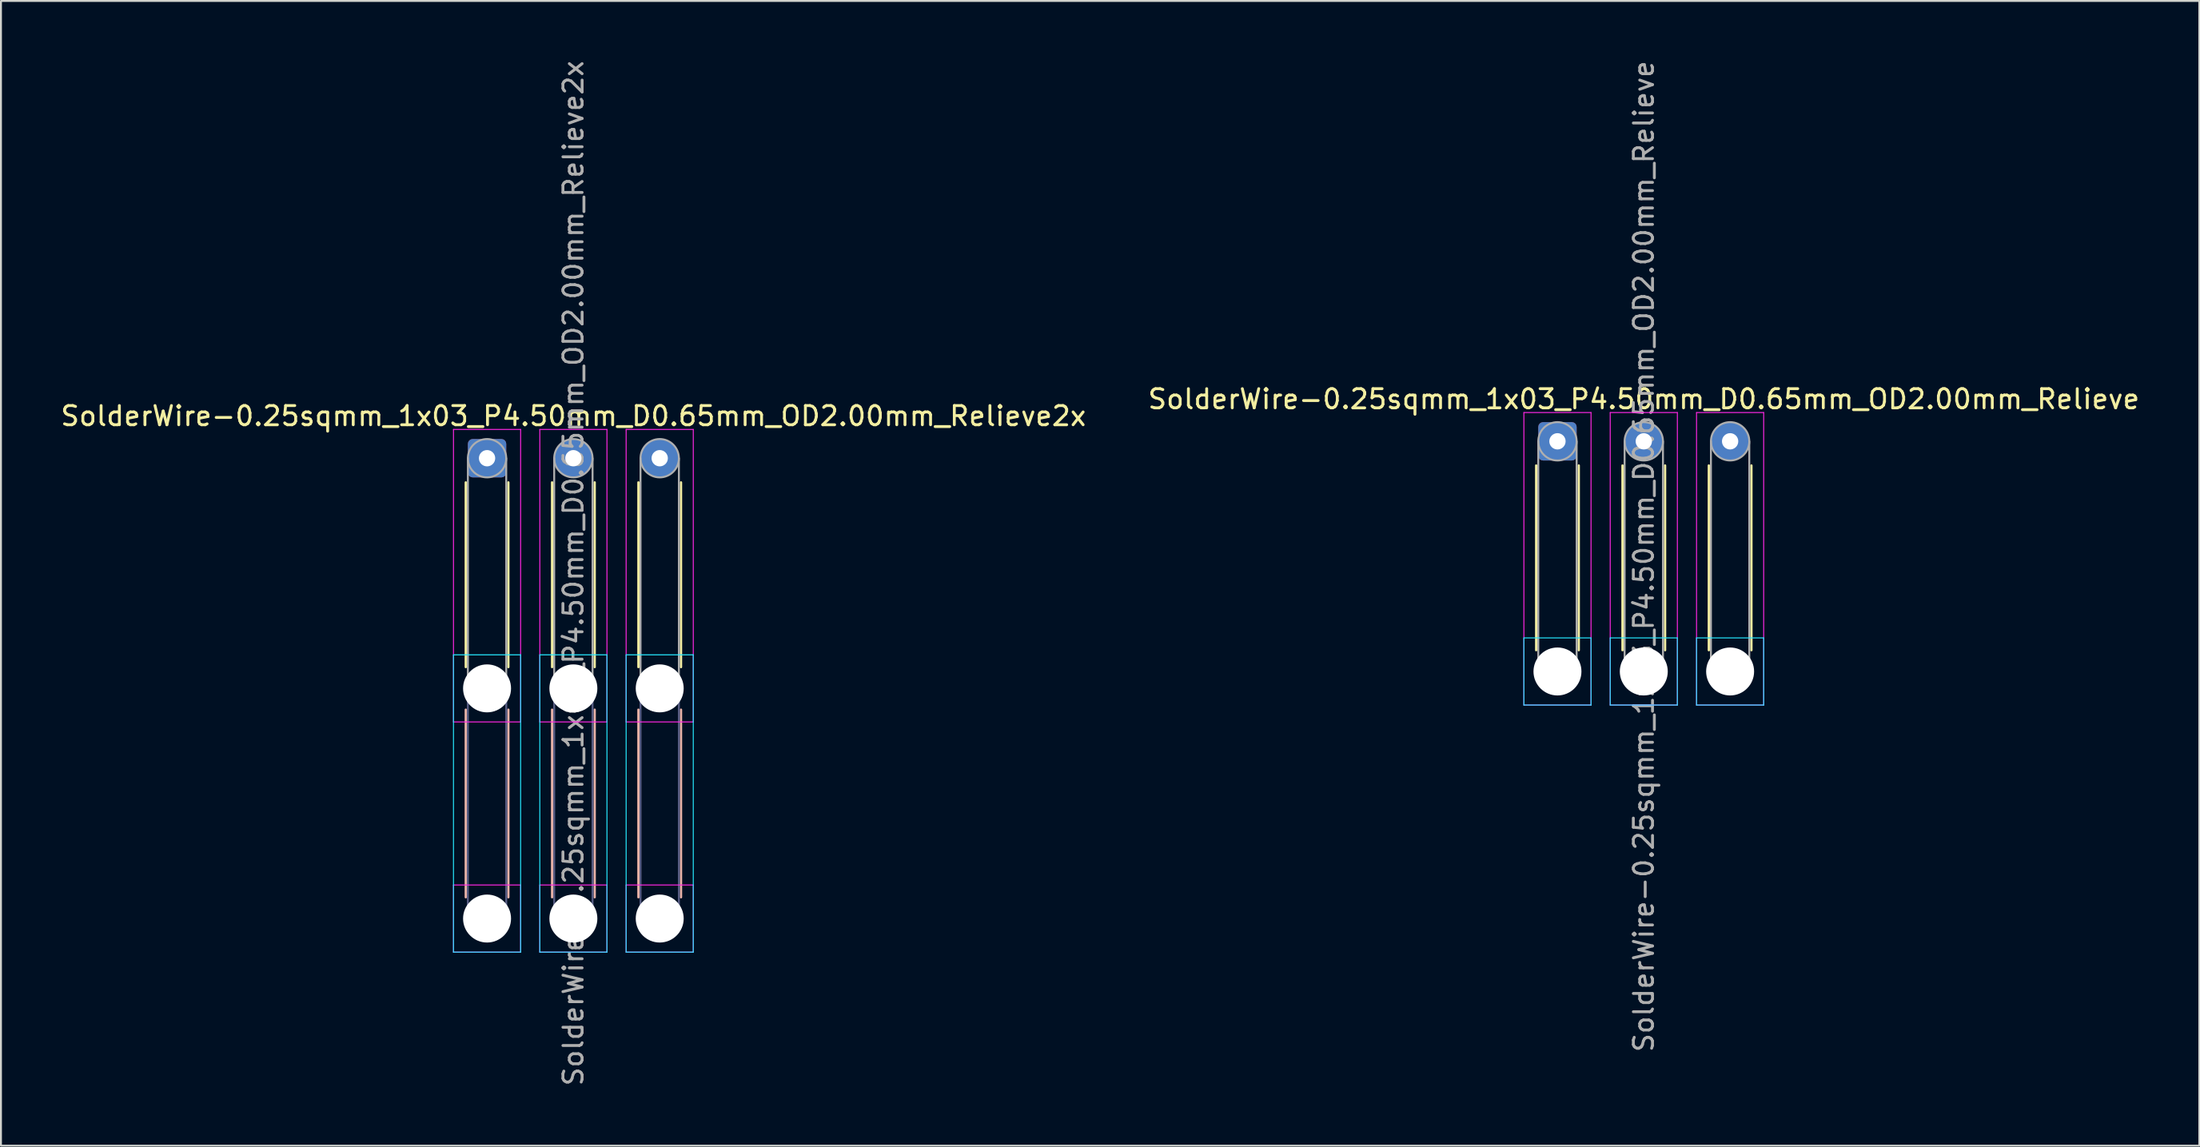
<source format=kicad_pcb>
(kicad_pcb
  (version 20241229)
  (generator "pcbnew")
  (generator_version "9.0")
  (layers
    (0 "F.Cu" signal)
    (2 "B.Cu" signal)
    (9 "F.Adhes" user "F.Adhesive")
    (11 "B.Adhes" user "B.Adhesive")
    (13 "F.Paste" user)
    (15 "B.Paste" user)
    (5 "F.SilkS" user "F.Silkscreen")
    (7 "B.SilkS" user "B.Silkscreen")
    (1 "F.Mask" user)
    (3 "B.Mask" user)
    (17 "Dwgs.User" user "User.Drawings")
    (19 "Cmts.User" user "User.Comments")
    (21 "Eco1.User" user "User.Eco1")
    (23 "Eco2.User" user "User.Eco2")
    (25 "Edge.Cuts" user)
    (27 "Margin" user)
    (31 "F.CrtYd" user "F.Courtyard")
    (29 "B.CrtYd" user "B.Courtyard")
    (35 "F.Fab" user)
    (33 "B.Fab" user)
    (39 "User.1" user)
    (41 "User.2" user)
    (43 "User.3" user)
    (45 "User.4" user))
  (footprint "SolderWire-0.25sqmm_1x03_P4.50mm_D0.65mm_OD2.00mm_Relieve2x"
    (layer "F.Cu")
    (at 22.339 20.839)
    (property "Reference" "SolderWire-0.25sqmm_1x03_P4.50mm_D0.65mm_OD2.00mm_Relieve2x" (at 4.5 -2.2 0) (layer "F.SilkS") (effects (font (size 1 1) (thickness 0.15))))
    (attr exclude_from_pos_files exclude_from_bom)
    (fp_line (start -1.11 1.26) (end -1.11 10.89) (stroke (width 0.12) (type solid)) (layer "F.SilkS"))
    (fp_line (start 1.11 1.26) (end 1.11 10.89) (stroke (width 0.12) (type solid)) (layer "F.SilkS"))
    (fp_line (start 3.39 1.26) (end 3.39 10.89) (stroke (width 0.12) (type solid)) (layer "F.SilkS"))
    (fp_line (start 5.61 1.26) (end 5.61 10.89) (stroke (width 0.12) (type solid)) (layer "F.SilkS"))
    (fp_line (start 7.89 1.26) (end 7.89 10.89) (stroke (width 0.12) (type solid)) (layer "F.SilkS"))
    (fp_line (start 10.11 1.26) (end 10.11 10.89) (stroke (width 0.12) (type solid)) (layer "F.SilkS"))
    (fp_line (start -1.11 13.11) (end -1.11 22.89) (stroke (width 0.12) (type solid)) (layer "B.SilkS"))
    (fp_line (start 1.11 13.11) (end 1.11 22.89) (stroke (width 0.12) (type solid)) (layer "B.SilkS"))
    (fp_line (start 3.39 13.11) (end 3.39 22.89) (stroke (width 0.12) (type solid)) (layer "B.SilkS"))
    (fp_line (start 5.61 13.11) (end 5.61 22.89) (stroke (width 0.12) (type solid)) (layer "B.SilkS"))
    (fp_line (start 7.89 13.11) (end 7.89 22.89) (stroke (width 0.12) (type solid)) (layer "B.SilkS"))
    (fp_line (start 10.11 13.11) (end 10.11 22.89) (stroke (width 0.12) (type solid)) (layer "B.SilkS"))
    (fp_line (start -1.75 10.25) (end -1.75 25.75) (stroke (width 0.05) (type solid)) (layer "B.CrtYd"))
    (fp_line (start -1.75 25.75) (end 1.75 25.75) (stroke (width 0.05) (type solid)) (layer "B.CrtYd"))
    (fp_line (start 1.75 10.25) (end -1.75 10.25) (stroke (width 0.05) (type solid)) (layer "B.CrtYd"))
    (fp_line (start 1.75 25.75) (end 1.75 10.25) (stroke (width 0.05) (type solid)) (layer "B.CrtYd"))
    (fp_line (start 2.75 10.25) (end 2.75 25.75) (stroke (width 0.05) (type solid)) (layer "B.CrtYd"))
    (fp_line (start 2.75 25.75) (end 6.25 25.75) (stroke (width 0.05) (type solid)) (layer "B.CrtYd"))
    (fp_line (start 6.25 10.25) (end 2.75 10.25) (stroke (width 0.05) (type solid)) (layer "B.CrtYd"))
    (fp_line (start 6.25 25.75) (end 6.25 10.25) (stroke (width 0.05) (type solid)) (layer "B.CrtYd"))
    (fp_line (start 7.25 10.25) (end 7.25 25.75) (stroke (width 0.05) (type solid)) (layer "B.CrtYd"))
    (fp_line (start 7.25 25.75) (end 10.75 25.75) (stroke (width 0.05) (type solid)) (layer "B.CrtYd"))
    (fp_line (start 10.75 10.25) (end 7.25 10.25) (stroke (width 0.05) (type solid)) (layer "B.CrtYd"))
    (fp_line (start 10.75 25.75) (end 10.75 10.25) (stroke (width 0.05) (type solid)) (layer "B.CrtYd"))
    (fp_line (start -1.75 -1.5) (end -1.75 13.75) (stroke (width 0.05) (type solid)) (layer "F.CrtYd"))
    (fp_line (start -1.75 13.75) (end 1.75 13.75) (stroke (width 0.05) (type solid)) (layer "F.CrtYd"))
    (fp_line (start -1.75 22.25) (end -1.75 25.75) (stroke (width 0.05) (type solid)) (layer "F.CrtYd"))
    (fp_line (start -1.75 25.75) (end 1.75 25.75) (stroke (width 0.05) (type solid)) (layer "F.CrtYd"))
    (fp_line (start 1.75 -1.5) (end -1.75 -1.5) (stroke (width 0.05) (type solid)) (layer "F.CrtYd"))
    (fp_line (start 1.75 13.75) (end 1.75 -1.5) (stroke (width 0.05) (type solid)) (layer "F.CrtYd"))
    (fp_line (start 1.75 22.25) (end -1.75 22.25) (stroke (width 0.05) (type solid)) (layer "F.CrtYd"))
    (fp_line (start 1.75 25.75) (end 1.75 22.25) (stroke (width 0.05) (type solid)) (layer "F.CrtYd"))
    (fp_line (start 2.75 -1.5) (end 2.75 13.75) (stroke (width 0.05) (type solid)) (layer "F.CrtYd"))
    (fp_line (start 2.75 13.75) (end 6.25 13.75) (stroke (width 0.05) (type solid)) (layer "F.CrtYd"))
    (fp_line (start 2.75 22.25) (end 2.75 25.75) (stroke (width 0.05) (type solid)) (layer "F.CrtYd"))
    (fp_line (start 2.75 25.75) (end 6.25 25.75) (stroke (width 0.05) (type solid)) (layer "F.CrtYd"))
    (fp_line (start 6.25 -1.5) (end 2.75 -1.5) (stroke (width 0.05) (type solid)) (layer "F.CrtYd"))
    (fp_line (start 6.25 13.75) (end 6.25 -1.5) (stroke (width 0.05) (type solid)) (layer "F.CrtYd"))
    (fp_line (start 6.25 22.25) (end 2.75 22.25) (stroke (width 0.05) (type solid)) (layer "F.CrtYd"))
    (fp_line (start 6.25 25.75) (end 6.25 22.25) (stroke (width 0.05) (type solid)) (layer "F.CrtYd"))
    (fp_line (start 7.25 -1.5) (end 7.25 13.75) (stroke (width 0.05) (type solid)) (layer "F.CrtYd"))
    (fp_line (start 7.25 13.75) (end 10.75 13.75) (stroke (width 0.05) (type solid)) (layer "F.CrtYd"))
    (fp_line (start 7.25 22.25) (end 7.25 25.75) (stroke (width 0.05) (type solid)) (layer "F.CrtYd"))
    (fp_line (start 7.25 25.75) (end 10.75 25.75) (stroke (width 0.05) (type solid)) (layer "F.CrtYd"))
    (fp_line (start 10.75 -1.5) (end 7.25 -1.5) (stroke (width 0.05) (type solid)) (layer "F.CrtYd"))
    (fp_line (start 10.75 13.75) (end 10.75 -1.5) (stroke (width 0.05) (type solid)) (layer "F.CrtYd"))
    (fp_line (start 10.75 22.25) (end 7.25 22.25) (stroke (width 0.05) (type solid)) (layer "F.CrtYd"))
    (fp_line (start 10.75 25.75) (end 10.75 22.25) (stroke (width 0.05) (type solid)) (layer "F.CrtYd"))
    (fp_line (start -1 12) (end -1 24) (stroke (width 0.1) (type solid)) (layer "B.Fab"))
    (fp_line (start 1 12) (end 1 24) (stroke (width 0.1) (type solid)) (layer "B.Fab"))
    (fp_line (start 3.5 12) (end 3.5 24) (stroke (width 0.1) (type solid)) (layer "B.Fab"))
    (fp_line (start 5.5 12) (end 5.5 24) (stroke (width 0.1) (type solid)) (layer "B.Fab"))
    (fp_line (start 8 12) (end 8 24) (stroke (width 0.1) (type solid)) (layer "B.Fab"))
    (fp_line (start 10 12) (end 10 24) (stroke (width 0.1) (type solid)) (layer "B.Fab"))
    (fp_circle (center 0 12) (end 1 12) (stroke (width 0.1) (type solid)) (fill no) (layer "B.Fab"))
    (fp_circle (center 0 24) (end 1 24) (stroke (width 0.1) (type solid)) (fill no) (layer "B.Fab"))
    (fp_circle (center 4.5 12) (end 5.5 12) (stroke (width 0.1) (type solid)) (fill no) (layer "B.Fab"))
    (fp_circle (center 4.5 24) (end 5.5 24) (stroke (width 0.1) (type solid)) (fill no) (layer "B.Fab"))
    (fp_circle (center 9 12) (end 10 12) (stroke (width 0.1) (type solid)) (fill no) (layer "B.Fab"))
    (fp_circle (center 9 24) (end 10 24) (stroke (width 0.1) (type solid)) (fill no) (layer "B.Fab"))
    (fp_line (start -1 0) (end -1 12) (stroke (width 0.1) (type solid)) (layer "F.Fab"))
    (fp_line (start 1 0) (end 1 12) (stroke (width 0.1) (type solid)) (layer "F.Fab"))
    (fp_line (start 3.5 0) (end 3.5 12) (stroke (width 0.1) (type solid)) (layer "F.Fab"))
    (fp_line (start 5.5 0) (end 5.5 12) (stroke (width 0.1) (type solid)) (layer "F.Fab"))
    (fp_line (start 8 0) (end 8 12) (stroke (width 0.1) (type solid)) (layer "F.Fab"))
    (fp_line (start 10 0) (end 10 12) (stroke (width 0.1) (type solid)) (layer "F.Fab"))
    (fp_circle (center 0 0) (end 1 0) (stroke (width 0.1) (type solid)) (fill no) (layer "F.Fab"))
    (fp_circle (center 0 12) (end 1 12) (stroke (width 0.1) (type solid)) (fill no) (layer "F.Fab"))
    (fp_circle (center 0 24) (end 1 24) (stroke (width 0.1) (type solid)) (fill no) (layer "F.Fab"))
    (fp_circle (center 4.5 0) (end 5.5 0) (stroke (width 0.1) (type solid)) (fill no) (layer "F.Fab"))
    (fp_circle (center 4.5 12) (end 5.5 12) (stroke (width 0.1) (type solid)) (fill no) (layer "F.Fab"))
    (fp_circle (center 4.5 24) (end 5.5 24) (stroke (width 0.1) (type solid)) (fill no) (layer "F.Fab"))
    (fp_circle (center 9 0) (end 10 0) (stroke (width 0.1) (type solid)) (fill no) (layer "F.Fab"))
    (fp_circle (center 9 12) (end 10 12) (stroke (width 0.1) (type solid)) (fill no) (layer "F.Fab"))
    (fp_circle (center 9 24) (end 10 24) (stroke (width 0.1) (type solid)) (fill no) (layer "F.Fab"))
    (fp_text user "${REFERENCE}" (at 4.5 6 90) (layer "F.Fab") (effects (font (size 1 1) (thickness 0.15))))
    (pad "" np_thru_hole circle (at 0 12) (size 2.5 2.5) (drill 2.5) (layers "*.Cu" "*.Mask"))
    (pad "" np_thru_hole circle (at 0 24) (size 2.5 2.5) (drill 2.5) (layers "*.Cu" "*.Mask"))
    (pad "" np_thru_hole circle (at 4.5 12) (size 2.5 2.5) (drill 2.5) (layers "*.Cu" "*.Mask"))
    (pad "" np_thru_hole circle (at 4.5 24) (size 2.5 2.5) (drill 2.5) (layers "*.Cu" "*.Mask"))
    (pad "" np_thru_hole circle (at 9 12) (size 2.5 2.5) (drill 2.5) (layers "*.Cu" "*.Mask"))
    (pad "" np_thru_hole circle (at 9 24) (size 2.5 2.5) (drill 2.5) (layers "*.Cu" "*.Mask"))
    (pad "1" thru_hole roundrect (at 0 0) (size 2 2) (drill 0.85) (layers "*.Cu" "*.Mask") (roundrect_rratio 0.125))
    (pad "2" thru_hole circle (at 4.5 0) (size 2 2) (drill 0.85) (layers "*.Cu" "*.Mask"))
    (pad "3" thru_hole circle (at 9 0) (size 2 2) (drill 0.85) (layers "*.Cu" "*.Mask")))
  (footprint "SolderWire-0.25sqmm_1x03_P4.50mm_D0.65mm_OD2.00mm_Relieve"
    (layer "F.Cu")
    (at 78.137 19.958)
    (property "Reference" "SolderWire-0.25sqmm_1x03_P4.50mm_D0.65mm_OD2.00mm_Relieve" (at 4.5 -2.2 0) (layer "F.SilkS") (effects (font (size 1 1) (thickness 0.15))))
    (attr exclude_from_pos_files exclude_from_bom)
    (fp_line (start -1.11 1.26) (end -1.11 10.89) (stroke (width 0.12) (type solid)) (layer "F.SilkS"))
    (fp_line (start 1.11 1.26) (end 1.11 10.89) (stroke (width 0.12) (type solid)) (layer "F.SilkS"))
    (fp_line (start 3.39 1.26) (end 3.39 10.89) (stroke (width 0.12) (type solid)) (layer "F.SilkS"))
    (fp_line (start 5.61 1.26) (end 5.61 10.89) (stroke (width 0.12) (type solid)) (layer "F.SilkS"))
    (fp_line (start 7.89 1.26) (end 7.89 10.89) (stroke (width 0.12) (type solid)) (layer "F.SilkS"))
    (fp_line (start 10.11 1.26) (end 10.11 10.89) (stroke (width 0.12) (type solid)) (layer "F.SilkS"))
    (fp_line (start -1.75 10.25) (end -1.75 13.75) (stroke (width 0.05) (type solid)) (layer "B.CrtYd"))
    (fp_line (start -1.75 13.75) (end 1.75 13.75) (stroke (width 0.05) (type solid)) (layer "B.CrtYd"))
    (fp_line (start 1.75 10.25) (end -1.75 10.25) (stroke (width 0.05) (type solid)) (layer "B.CrtYd"))
    (fp_line (start 1.75 13.75) (end 1.75 10.25) (stroke (width 0.05) (type solid)) (layer "B.CrtYd"))
    (fp_line (start 2.75 10.25) (end 2.75 13.75) (stroke (width 0.05) (type solid)) (layer "B.CrtYd"))
    (fp_line (start 2.75 13.75) (end 6.25 13.75) (stroke (width 0.05) (type solid)) (layer "B.CrtYd"))
    (fp_line (start 6.25 10.25) (end 2.75 10.25) (stroke (width 0.05) (type solid)) (layer "B.CrtYd"))
    (fp_line (start 6.25 13.75) (end 6.25 10.25) (stroke (width 0.05) (type solid)) (layer "B.CrtYd"))
    (fp_line (start 7.25 10.25) (end 7.25 13.75) (stroke (width 0.05) (type solid)) (layer "B.CrtYd"))
    (fp_line (start 7.25 13.75) (end 10.75 13.75) (stroke (width 0.05) (type solid)) (layer "B.CrtYd"))
    (fp_line (start 10.75 10.25) (end 7.25 10.25) (stroke (width 0.05) (type solid)) (layer "B.CrtYd"))
    (fp_line (start 10.75 13.75) (end 10.75 10.25) (stroke (width 0.05) (type solid)) (layer "B.CrtYd"))
    (fp_line (start -1.75 -1.5) (end -1.75 13.75) (stroke (width 0.05) (type solid)) (layer "F.CrtYd"))
    (fp_line (start -1.75 13.75) (end 1.75 13.75) (stroke (width 0.05) (type solid)) (layer "F.CrtYd"))
    (fp_line (start 1.75 -1.5) (end -1.75 -1.5) (stroke (width 0.05) (type solid)) (layer "F.CrtYd"))
    (fp_line (start 1.75 13.75) (end 1.75 -1.5) (stroke (width 0.05) (type solid)) (layer "F.CrtYd"))
    (fp_line (start 2.75 -1.5) (end 2.75 13.75) (stroke (width 0.05) (type solid)) (layer "F.CrtYd"))
    (fp_line (start 2.75 13.75) (end 6.25 13.75) (stroke (width 0.05) (type solid)) (layer "F.CrtYd"))
    (fp_line (start 6.25 -1.5) (end 2.75 -1.5) (stroke (width 0.05) (type solid)) (layer "F.CrtYd"))
    (fp_line (start 6.25 13.75) (end 6.25 -1.5) (stroke (width 0.05) (type solid)) (layer "F.CrtYd"))
    (fp_line (start 7.25 -1.5) (end 7.25 13.75) (stroke (width 0.05) (type solid)) (layer "F.CrtYd"))
    (fp_line (start 7.25 13.75) (end 10.75 13.75) (stroke (width 0.05) (type solid)) (layer "F.CrtYd"))
    (fp_line (start 10.75 -1.5) (end 7.25 -1.5) (stroke (width 0.05) (type solid)) (layer "F.CrtYd"))
    (fp_line (start 10.75 13.75) (end 10.75 -1.5) (stroke (width 0.05) (type solid)) (layer "F.CrtYd"))
    (fp_line (start -1 0) (end -1 12) (stroke (width 0.1) (type solid)) (layer "F.Fab"))
    (fp_line (start 1 0) (end 1 12) (stroke (width 0.1) (type solid)) (layer "F.Fab"))
    (fp_line (start 3.5 0) (end 3.5 12) (stroke (width 0.1) (type solid)) (layer "F.Fab"))
    (fp_line (start 5.5 0) (end 5.5 12) (stroke (width 0.1) (type solid)) (layer "F.Fab"))
    (fp_line (start 8 0) (end 8 12) (stroke (width 0.1) (type solid)) (layer "F.Fab"))
    (fp_line (start 10 0) (end 10 12) (stroke (width 0.1) (type solid)) (layer "F.Fab"))
    (fp_circle (center 0 0) (end 1 0) (stroke (width 0.1) (type solid)) (fill no) (layer "F.Fab"))
    (fp_circle (center 0 12) (end 1 12) (stroke (width 0.1) (type solid)) (fill no) (layer "F.Fab"))
    (fp_circle (center 4.5 0) (end 5.5 0) (stroke (width 0.1) (type solid)) (fill no) (layer "F.Fab"))
    (fp_circle (center 4.5 12) (end 5.5 12) (stroke (width 0.1) (type solid)) (fill no) (layer "F.Fab"))
    (fp_circle (center 9 0) (end 10 0) (stroke (width 0.1) (type solid)) (fill no) (layer "F.Fab"))
    (fp_circle (center 9 12) (end 10 12) (stroke (width 0.1) (type solid)) (fill no) (layer "F.Fab"))
    (fp_text user "${REFERENCE}" (at 4.5 6 90) (layer "F.Fab") (effects (font (size 1 1) (thickness 0.15))))
    (pad "" np_thru_hole circle (at 0 12) (size 2.5 2.5) (drill 2.5) (layers "*.Cu" "*.Mask"))
    (pad "" np_thru_hole circle (at 4.5 12) (size 2.5 2.5) (drill 2.5) (layers "*.Cu" "*.Mask"))
    (pad "" np_thru_hole circle (at 9 12) (size 2.5 2.5) (drill 2.5) (layers "*.Cu" "*.Mask"))
    (pad "1" thru_hole roundrect (at 0 0) (size 2 2) (drill 0.85) (layers "*.Cu" "*.Mask") (roundrect_rratio 0.125))
    (pad "2" thru_hole circle (at 4.5 0) (size 2 2) (drill 0.85) (layers "*.Cu" "*.Mask"))
    (pad "3" thru_hole circle (at 9 0) (size 2 2) (drill 0.85) (layers "*.Cu" "*.Mask")))
  (gr_rect
    (start -3 -3)
    (end 111.595 56.679)
    (stroke (width 0.1) (type default))
    (fill no)
    (layer "Edge.Cuts")))
</source>
